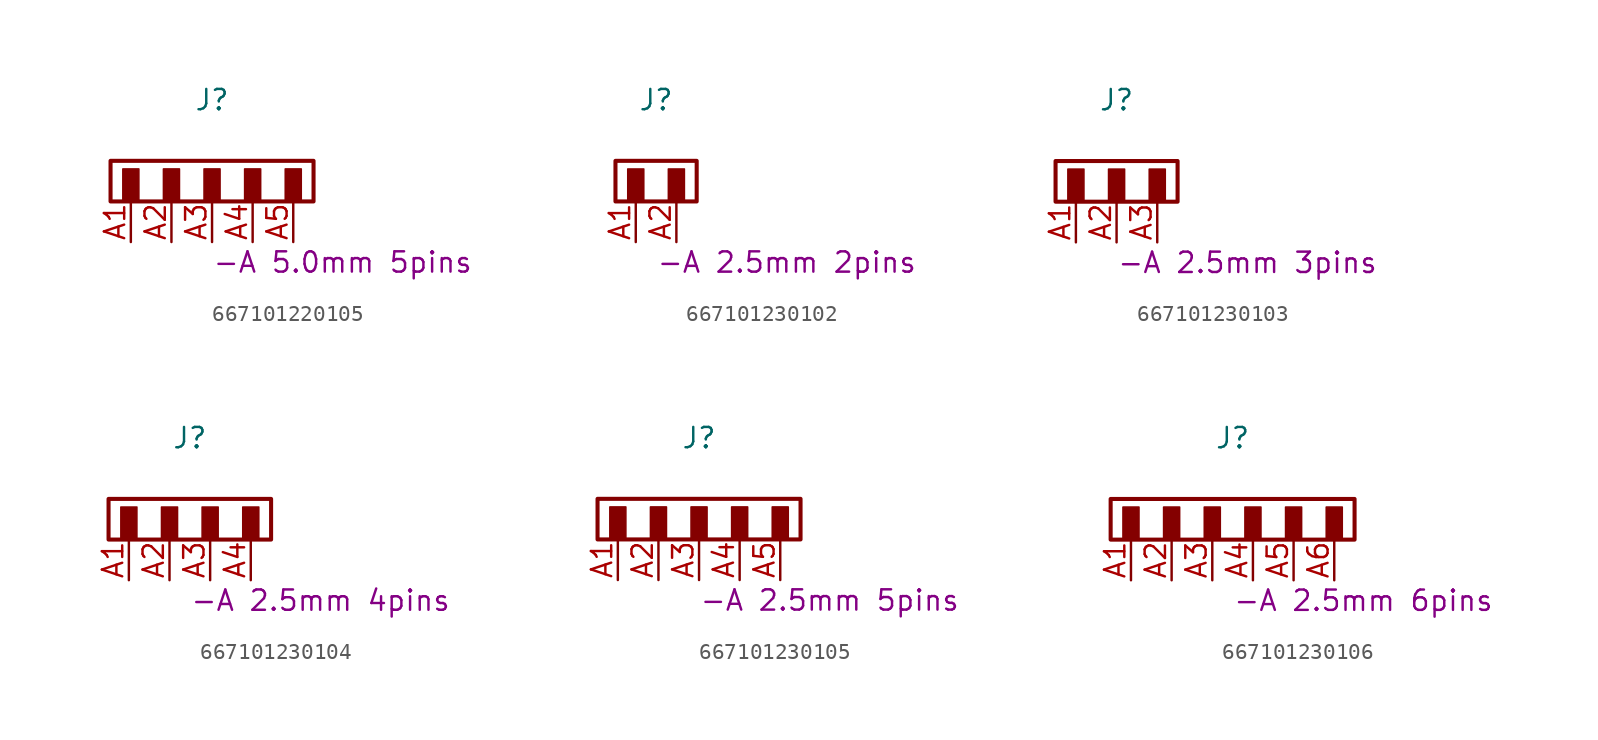
<source format=kicad_sym>
(kicad_symbol_lib
  (version 20220914)
  (generator kicad_symbol_editor)
  (symbol "667101220105"
    (pin_names hide)
    (property "Reference" "J"
      (at 0 5.08 0)
      (effects (font (size 1.27 1.27))))
    (property "Critical Parameter" "-A 5.0mm 5pins"
      (at 0 -5.08 0)
      (effects (font (size 1.27 1.27)) (justify left)))
    (symbol "667101220105_0_1"
      (rectangle (start -6.35 1.27) (end 6.35 -1.27) (stroke (width 0.254) (type default)) (fill (type none)))
      (rectangle (start -5.58 0.762) (end -4.58 -1.27) (stroke (width 0.1) (type default)) (fill (type outline)))
      (rectangle (start -3.04 0.762) (end -2.04 -1.27) (stroke (width 0.1) (type default)) (fill (type outline)))
      (rectangle (start -0.5 0.762) (end 0.5 -1.27) (stroke (width 0.1) (type default)) (fill (type outline)))
      (rectangle (start 2.04 0.762) (end 3.04 -1.27) (stroke (width 0.1) (type default)) (fill (type outline)))
      (rectangle (start 4.58 0.762) (end 5.58 -1.27) (stroke (width 0.1) (type default)) (fill (type outline))))
    (symbol "667101220105_1_1"
      (pin passive line (at -5.08 -3.81 90) (length 2.54) (name "A1" (effects (font (size 1.27 1.27)))) (number "A1" (effects (font (size 1.27 1.27)))))
      (pin passive line (at -5.08 -3.81 90) (length 2.54) hide (name "B1" (effects (font (size 1.27 1.27)))) (number "B1" (effects (font (size 1.27 1.27)))))
      (pin passive line (at -2.54 -3.81 90) (length 2.54) (name "A2" (effects (font (size 1.27 1.27)))) (number "A2" (effects (font (size 1.27 1.27)))))
      (pin passive line (at -2.54 -3.81 90) (length 2.54) hide (name "B2" (effects (font (size 1.27 1.27)))) (number "B2" (effects (font (size 1.27 1.27)))))
      (pin passive line (at 0.0 -3.81 90) (length 2.54) (name "A3" (effects (font (size 1.27 1.27)))) (number "A3" (effects (font (size 1.27 1.27)))))
      (pin passive line (at 0.0 -3.81 90) (length 2.54) hide (name "B3" (effects (font (size 1.27 1.27)))) (number "B3" (effects (font (size 1.27 1.27)))))
      (pin passive line (at 2.54 -3.81 90) (length 2.54) (name "A4" (effects (font (size 1.27 1.27)))) (number "A4" (effects (font (size 1.27 1.27)))))
      (pin passive line (at 2.54 -3.81 90) (length 2.54) hide (name "B4" (effects (font (size 1.27 1.27)))) (number "B4" (effects (font (size 1.27 1.27)))))
      (pin passive line (at 5.08 -3.81 90) (length 2.54) (name "A5" (effects (font (size 1.27 1.27)))) (number "A5" (effects (font (size 1.27 1.27)))))
      (pin passive line (at 5.08 -3.81 90) (length 2.54) hide (name "B5" (effects (font (size 1.27 1.27)))) (number "B5" (effects (font (size 1.27 1.27)))))))
  (symbol "667101230102"
    (pin_names hide)
    (property "Reference" "J"
      (at 0 5.08 0)
      (effects (font (size 1.27 1.27))))
    (property "Critical Parameter" "-A 2.5mm 2pins"
      (at 0 -5.08 0)
      (effects (font (size 1.27 1.27)) (justify left)))
    (symbol "667101230102_0_1"
      (rectangle (start -2.54 1.27) (end 2.54 -1.27) (stroke (width 0.254) (type default)) (fill (type none)))
      (rectangle (start -1.77 0.762) (end -0.77 -1.27) (stroke (width 0.1) (type default)) (fill (type outline)))
      (rectangle (start 0.77 0.762) (end 1.77 -1.27) (stroke (width 0.1) (type default)) (fill (type outline))))
    (symbol "667101230102_1_1"
      (pin passive line (at -1.27 -3.81 90) (length 2.54) (name "A1" (effects (font (size 1.27 1.27)))) (number "A1" (effects (font (size 1.27 1.27)))))
      (pin passive line (at -1.27 -3.81 90) (length 2.54) hide (name "B1" (effects (font (size 1.27 1.27)))) (number "B1" (effects (font (size 1.27 1.27)))))
      (pin passive line (at 1.27 -3.81 90) (length 2.54) (name "A2" (effects (font (size 1.27 1.27)))) (number "A2" (effects (font (size 1.27 1.27)))))
      (pin passive line (at 1.27 -3.81 90) (length 2.54) hide (name "B2" (effects (font (size 1.27 1.27)))) (number "B2" (effects (font (size 1.27 1.27)))))))
  (symbol "667101230103"
    (pin_names hide)
    (property "Reference" "J"
      (at 0 5.08 0)
      (effects (font (size 1.27 1.27))))
    (property "Critical Parameter" "-A 2.5mm 3pins"
      (at 0 -5.08 0)
      (effects (font (size 1.27 1.27)) (justify left)))
    (symbol "667101230103_0_1"
      (rectangle (start -3.81 1.27) (end 3.81 -1.27) (stroke (width 0.254) (type default)) (fill (type none)))
      (rectangle (start -3.04 0.762) (end -2.04 -1.27) (stroke (width 0.1) (type default)) (fill (type outline)))
      (rectangle (start -0.5 0.762) (end 0.5 -1.27) (stroke (width 0.1) (type default)) (fill (type outline)))
      (rectangle (start 2.04 0.762) (end 3.04 -1.27) (stroke (width 0.1) (type default)) (fill (type outline))))
    (symbol "667101230103_1_1"
      (pin passive line (at -2.54 -3.81 90) (length 2.54) (name "A1" (effects (font (size 1.27 1.27)))) (number "A1" (effects (font (size 1.27 1.27)))))
      (pin passive line (at -2.54 -3.81 90) (length 2.54) hide (name "B1" (effects (font (size 1.27 1.27)))) (number "B1" (effects (font (size 1.27 1.27)))))
      (pin passive line (at 0.0 -3.81 90) (length 2.54) (name "A2" (effects (font (size 1.27 1.27)))) (number "A2" (effects (font (size 1.27 1.27)))))
      (pin passive line (at 0.0 -3.81 90) (length 2.54) hide (name "B2" (effects (font (size 1.27 1.27)))) (number "B2" (effects (font (size 1.27 1.27)))))
      (pin passive line (at 2.54 -3.81 90) (length 2.54) (name "A3" (effects (font (size 1.27 1.27)))) (number "A3" (effects (font (size 1.27 1.27)))))
      (pin passive line (at 2.54 -3.81 90) (length 2.54) hide (name "B3" (effects (font (size 1.27 1.27)))) (number "B3" (effects (font (size 1.27 1.27)))))))
  (symbol "667101230104"
    (pin_names hide)
    (property "Reference" "J"
      (at 0 5.08 0)
      (effects (font (size 1.27 1.27))))
    (property "Critical Parameter" "-A 2.5mm 4pins"
      (at 0 -5.08 0)
      (effects (font (size 1.27 1.27)) (justify left)))
    (symbol "667101230104_0_1"
      (rectangle (start -5.08 1.27) (end 5.08 -1.27) (stroke (width 0.254) (type default)) (fill (type none)))
      (rectangle (start -4.31 0.762) (end -3.31 -1.27) (stroke (width 0.1) (type default)) (fill (type outline)))
      (rectangle (start -1.77 0.762) (end -0.77 -1.27) (stroke (width 0.1) (type default)) (fill (type outline)))
      (rectangle (start 0.77 0.762) (end 1.77 -1.27) (stroke (width 0.1) (type default)) (fill (type outline)))
      (rectangle (start 3.31 0.762) (end 4.31 -1.27) (stroke (width 0.1) (type default)) (fill (type outline))))
    (symbol "667101230104_1_1"
      (pin passive line (at -3.81 -3.81 90) (length 2.54) (name "A1" (effects (font (size 1.27 1.27)))) (number "A1" (effects (font (size 1.27 1.27)))))
      (pin passive line (at -3.81 -3.81 90) (length 2.54) hide (name "B1" (effects (font (size 1.27 1.27)))) (number "B1" (effects (font (size 1.27 1.27)))))
      (pin passive line (at -1.27 -3.81 90) (length 2.54) (name "A2" (effects (font (size 1.27 1.27)))) (number "A2" (effects (font (size 1.27 1.27)))))
      (pin passive line (at -1.27 -3.81 90) (length 2.54) hide (name "B2" (effects (font (size 1.27 1.27)))) (number "B2" (effects (font (size 1.27 1.27)))))
      (pin passive line (at 1.27 -3.81 90) (length 2.54) (name "A3" (effects (font (size 1.27 1.27)))) (number "A3" (effects (font (size 1.27 1.27)))))
      (pin passive line (at 1.27 -3.81 90) (length 2.54) hide (name "B3" (effects (font (size 1.27 1.27)))) (number "B3" (effects (font (size 1.27 1.27)))))
      (pin passive line (at 3.81 -3.81 90) (length 2.54) (name "A4" (effects (font (size 1.27 1.27)))) (number "A4" (effects (font (size 1.27 1.27)))))
      (pin passive line (at 3.81 -3.81 90) (length 2.54) hide (name "B4" (effects (font (size 1.27 1.27)))) (number "B4" (effects (font (size 1.27 1.27)))))))
  (symbol "667101230105"
    (pin_names hide)
    (property "Reference" "J"
      (at 0 5.08 0)
      (effects (font (size 1.27 1.27))))
    (property "Critical Parameter" "-A 2.5mm 5pins"
      (at 0 -5.08 0)
      (effects (font (size 1.27 1.27)) (justify left)))
    (symbol "667101230105_0_1"
      (rectangle (start -6.35 1.27) (end 6.35 -1.27) (stroke (width 0.254) (type default)) (fill (type none)))
      (rectangle (start -5.58 0.762) (end -4.58 -1.27) (stroke (width 0.1) (type default)) (fill (type outline)))
      (rectangle (start -3.04 0.762) (end -2.04 -1.27) (stroke (width 0.1) (type default)) (fill (type outline)))
      (rectangle (start -0.5 0.762) (end 0.5 -1.27) (stroke (width 0.1) (type default)) (fill (type outline)))
      (rectangle (start 2.04 0.762) (end 3.04 -1.27) (stroke (width 0.1) (type default)) (fill (type outline)))
      (rectangle (start 4.58 0.762) (end 5.58 -1.27) (stroke (width 0.1) (type default)) (fill (type outline))))
    (symbol "667101230105_1_1"
      (pin passive line (at -5.08 -3.81 90) (length 2.54) (name "A1" (effects (font (size 1.27 1.27)))) (number "A1" (effects (font (size 1.27 1.27)))))
      (pin passive line (at -5.08 -3.81 90) (length 2.54) hide (name "B1" (effects (font (size 1.27 1.27)))) (number "B1" (effects (font (size 1.27 1.27)))))
      (pin passive line (at -2.54 -3.81 90) (length 2.54) (name "A2" (effects (font (size 1.27 1.27)))) (number "A2" (effects (font (size 1.27 1.27)))))
      (pin passive line (at -2.54 -3.81 90) (length 2.54) hide (name "B2" (effects (font (size 1.27 1.27)))) (number "B2" (effects (font (size 1.27 1.27)))))
      (pin passive line (at 0.0 -3.81 90) (length 2.54) (name "A3" (effects (font (size 1.27 1.27)))) (number "A3" (effects (font (size 1.27 1.27)))))
      (pin passive line (at 0.0 -3.81 90) (length 2.54) hide (name "B3" (effects (font (size 1.27 1.27)))) (number "B3" (effects (font (size 1.27 1.27)))))
      (pin passive line (at 2.54 -3.81 90) (length 2.54) (name "A4" (effects (font (size 1.27 1.27)))) (number "A4" (effects (font (size 1.27 1.27)))))
      (pin passive line (at 2.54 -3.81 90) (length 2.54) hide (name "B4" (effects (font (size 1.27 1.27)))) (number "B4" (effects (font (size 1.27 1.27)))))
      (pin passive line (at 5.08 -3.81 90) (length 2.54) (name "A5" (effects (font (size 1.27 1.27)))) (number "A5" (effects (font (size 1.27 1.27)))))
      (pin passive line (at 5.08 -3.81 90) (length 2.54) hide (name "B5" (effects (font (size 1.27 1.27)))) (number "B5" (effects (font (size 1.27 1.27)))))))
  (symbol "667101230106"
    (pin_names hide)
    (property "Reference" "J"
      (at 0 5.08 0)
      (effects (font (size 1.27 1.27))))
    (property "Critical Parameter" "-A 2.5mm 6pins"
      (at 0 -5.08 0)
      (effects (font (size 1.27 1.27)) (justify left)))
    (symbol "667101230106_0_1"
      (rectangle (start -7.62 1.27) (end 7.62 -1.27) (stroke (width 0.254) (type default)) (fill (type none)))
      (rectangle (start -6.85 0.762) (end -5.85 -1.27) (stroke (width 0.1) (type default)) (fill (type outline)))
      (rectangle (start -4.31 0.762) (end -3.31 -1.27) (stroke (width 0.1) (type default)) (fill (type outline)))
      (rectangle (start -1.77 0.762) (end -0.77 -1.27) (stroke (width 0.1) (type default)) (fill (type outline)))
      (rectangle (start 0.77 0.762) (end 1.77 -1.27) (stroke (width 0.1) (type default)) (fill (type outline)))
      (rectangle (start 3.31 0.762) (end 4.31 -1.27) (stroke (width 0.1) (type default)) (fill (type outline)))
      (rectangle (start 5.85 0.762) (end 6.85 -1.27) (stroke (width 0.1) (type default)) (fill (type outline))))
    (symbol "667101230106_1_1"
      (pin passive line (at -6.35 -3.81 90) (length 2.54) (name "A1" (effects (font (size 1.27 1.27)))) (number "A1" (effects (font (size 1.27 1.27)))))
      (pin passive line (at -6.35 -3.81 90) (length 2.54) hide (name "B1" (effects (font (size 1.27 1.27)))) (number "B1" (effects (font (size 1.27 1.27)))))
      (pin passive line (at -3.81 -3.81 90) (length 2.54) (name "A2" (effects (font (size 1.27 1.27)))) (number "A2" (effects (font (size 1.27 1.27)))))
      (pin passive line (at -3.81 -3.81 90) (length 2.54) hide (name "B2" (effects (font (size 1.27 1.27)))) (number "B2" (effects (font (size 1.27 1.27)))))
      (pin passive line (at -1.27 -3.81 90) (length 2.54) (name "A3" (effects (font (size 1.27 1.27)))) (number "A3" (effects (font (size 1.27 1.27)))))
      (pin passive line (at -1.27 -3.81 90) (length 2.54) hide (name "B3" (effects (font (size 1.27 1.27)))) (number "B3" (effects (font (size 1.27 1.27)))))
      (pin passive line (at 1.27 -3.81 90) (length 2.54) (name "A4" (effects (font (size 1.27 1.27)))) (number "A4" (effects (font (size 1.27 1.27)))))
      (pin passive line (at 1.27 -3.81 90) (length 2.54) hide (name "B4" (effects (font (size 1.27 1.27)))) (number "B4" (effects (font (size 1.27 1.27)))))
      (pin passive line (at 3.81 -3.81 90) (length 2.54) (name "A5" (effects (font (size 1.27 1.27)))) (number "A5" (effects (font (size 1.27 1.27)))))
      (pin passive line (at 3.81 -3.81 90) (length 2.54) hide (name "B5" (effects (font (size 1.27 1.27)))) (number "B5" (effects (font (size 1.27 1.27)))))
      (pin passive line (at 6.35 -3.81 90) (length 2.54) (name "A6" (effects (font (size 1.27 1.27)))) (number "A6" (effects (font (size 1.27 1.27)))))
      (pin passive line (at 6.35 -3.81 90) (length 2.54) hide (name "B6" (effects (font (size 1.27 1.27)))) (number "B6" (effects (font (size 1.27 1.27))))))))
</source>
